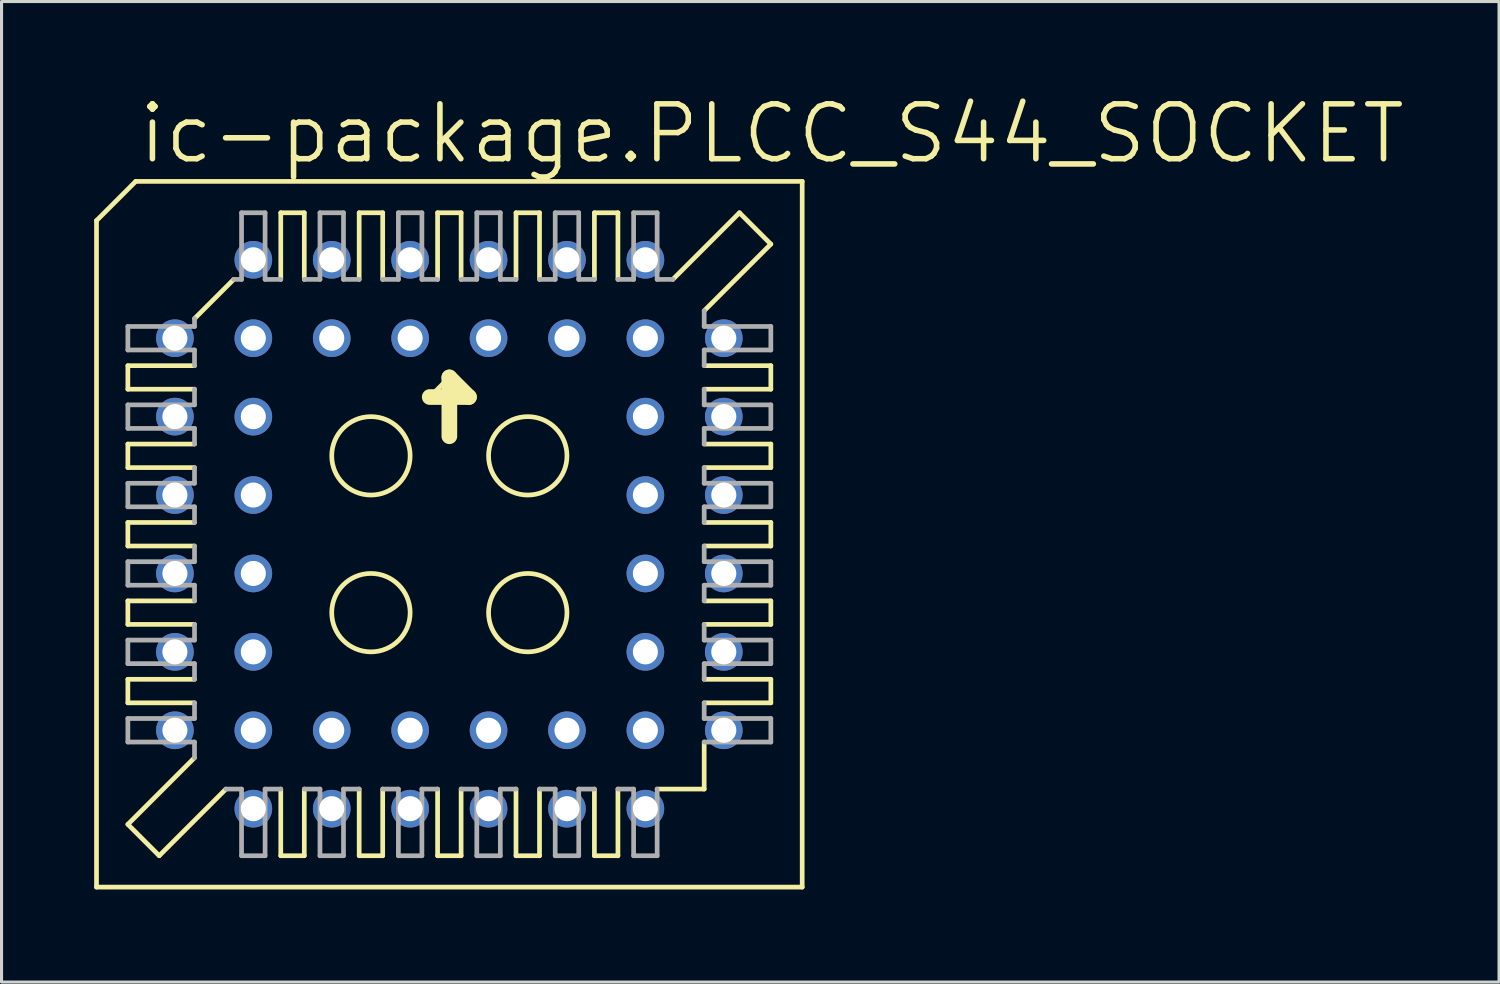
<source format=kicad_pcb>
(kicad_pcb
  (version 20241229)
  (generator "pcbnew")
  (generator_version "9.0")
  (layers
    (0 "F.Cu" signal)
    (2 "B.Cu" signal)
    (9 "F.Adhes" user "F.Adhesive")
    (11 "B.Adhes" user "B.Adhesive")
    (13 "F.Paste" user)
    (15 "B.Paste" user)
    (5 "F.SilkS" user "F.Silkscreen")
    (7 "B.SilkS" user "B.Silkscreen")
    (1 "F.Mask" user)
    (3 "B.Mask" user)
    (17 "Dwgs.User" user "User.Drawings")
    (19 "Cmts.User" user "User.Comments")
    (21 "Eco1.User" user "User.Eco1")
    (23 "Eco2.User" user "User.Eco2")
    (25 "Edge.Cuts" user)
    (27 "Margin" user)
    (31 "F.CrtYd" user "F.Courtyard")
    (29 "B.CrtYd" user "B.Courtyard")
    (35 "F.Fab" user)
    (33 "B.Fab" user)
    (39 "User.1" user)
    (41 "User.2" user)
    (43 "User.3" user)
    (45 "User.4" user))
  (footprint "ic-package.PLCC_S44_SOCKET"
    (layer "F.Cu")
    (at 11.506 14.256)
    (property "Reference" "ic-package.PLCC_S44_SOCKET" (at -10.16 -11.938 0) (layer "F.SilkS") (effects (font (size 1.778 1.778) (thickness 0.18)) (justify left bottom)))
    (attr through_hole)
    (fp_line (start -11.43 -10.16) (end -11.43 11.43) (stroke (width 0.152) (type default)) (layer "F.SilkS"))
    (fp_line (start -10.414 -5.461) (end -10.414 -4.699) (stroke (width 0.152) (type default)) (layer "F.SilkS"))
    (fp_line (start -10.414 -5.461) (end -8.255 -5.461) (stroke (width 0.152) (type default)) (layer "F.SilkS"))
    (fp_line (start -10.414 -2.921) (end -10.414 -2.159) (stroke (width 0.152) (type default)) (layer "F.SilkS"))
    (fp_line (start -10.414 -2.921) (end -8.255 -2.921) (stroke (width 0.152) (type default)) (layer "F.SilkS"))
    (fp_line (start -10.414 0.381) (end -10.414 -0.381) (stroke (width 0.152) (type default)) (layer "F.SilkS"))
    (fp_line (start -10.414 0.381) (end -8.255 0.381) (stroke (width 0.152) (type default)) (layer "F.SilkS"))
    (fp_line (start -10.414 2.921) (end -10.414 2.159) (stroke (width 0.152) (type default)) (layer "F.SilkS"))
    (fp_line (start -10.414 2.921) (end -8.255 2.921) (stroke (width 0.152) (type default)) (layer "F.SilkS"))
    (fp_line (start -10.414 5.461) (end -10.414 4.699) (stroke (width 0.152) (type default)) (layer "F.SilkS"))
    (fp_line (start -10.414 5.461) (end -8.255 5.461) (stroke (width 0.152) (type default)) (layer "F.SilkS"))
    (fp_line (start -10.414 9.398) (end -8.255 7.239) (stroke (width 0.152) (type default)) (layer "F.SilkS"))
    (fp_line (start -10.16 -11.43) (end -11.43 -10.16) (stroke (width 0.152) (type default)) (layer "F.SilkS"))
    (fp_line (start -9.398 10.414) (end -10.414 9.398) (stroke (width 0.152) (type default)) (layer "F.SilkS"))
    (fp_line (start -9.398 10.414) (end -7.239 8.255) (stroke (width 0.152) (type default)) (layer "F.SilkS"))
    (fp_line (start -8.255 -6.985) (end -6.985 -8.255) (stroke (width 0.152) (type default)) (layer "F.SilkS"))
    (fp_line (start -8.255 -4.699) (end -10.414 -4.699) (stroke (width 0.152) (type default)) (layer "F.SilkS"))
    (fp_line (start -8.255 -2.159) (end -10.414 -2.159) (stroke (width 0.152) (type default)) (layer "F.SilkS"))
    (fp_line (start -8.255 -0.381) (end -10.414 -0.381) (stroke (width 0.152) (type default)) (layer "F.SilkS"))
    (fp_line (start -8.255 2.159) (end -10.414 2.159) (stroke (width 0.152) (type default)) (layer "F.SilkS"))
    (fp_line (start -8.255 4.699) (end -10.414 4.699) (stroke (width 0.152) (type default)) (layer "F.SilkS"))
    (fp_line (start -5.461 -8.255) (end -5.461 -10.414) (stroke (width 0.152) (type default)) (layer "F.SilkS"))
    (fp_line (start -5.461 10.414) (end -5.461 8.255) (stroke (width 0.152) (type default)) (layer "F.SilkS"))
    (fp_line (start -5.461 10.414) (end -4.699 10.414) (stroke (width 0.152) (type default)) (layer "F.SilkS"))
    (fp_line (start -4.699 -10.414) (end -5.461 -10.414) (stroke (width 0.152) (type default)) (layer "F.SilkS"))
    (fp_line (start -4.699 -10.414) (end -4.699 -8.255) (stroke (width 0.152) (type default)) (layer "F.SilkS"))
    (fp_line (start -4.699 8.255) (end -4.699 10.414) (stroke (width 0.152) (type default)) (layer "F.SilkS"))
    (fp_line (start -2.921 -8.255) (end -2.921 -10.414) (stroke (width 0.152) (type default)) (layer "F.SilkS"))
    (fp_line (start -2.921 10.414) (end -2.921 8.255) (stroke (width 0.152) (type default)) (layer "F.SilkS"))
    (fp_line (start -2.921 10.414) (end -2.159 10.414) (stroke (width 0.152) (type default)) (layer "F.SilkS"))
    (fp_line (start -2.159 -10.414) (end -2.921 -10.414) (stroke (width 0.152) (type default)) (layer "F.SilkS"))
    (fp_line (start -2.159 -10.414) (end -2.159 -8.255) (stroke (width 0.152) (type default)) (layer "F.SilkS"))
    (fp_line (start -2.159 8.255) (end -2.159 10.414) (stroke (width 0.152) (type default)) (layer "F.SilkS"))
    (fp_line (start -0.635 -4.445) (end 0 -5.08) (stroke (width 0.152) (type default)) (layer "F.SilkS"))
    (fp_line (start -0.381 -8.255) (end -0.381 -10.414) (stroke (width 0.152) (type default)) (layer "F.SilkS"))
    (fp_line (start -0.381 10.414) (end -0.381 8.255) (stroke (width 0.152) (type default)) (layer "F.SilkS"))
    (fp_line (start -0.381 10.414) (end 0.381 10.414) (stroke (width 0.152) (type default)) (layer "F.SilkS"))
    (fp_line (start 0 -5.08) (end 0 -3.175) (stroke (width 0.508) (type default)) (layer "F.SilkS"))
    (fp_line (start 0 -5.08) (end 0.635 -4.445) (stroke (width 0.508) (type default)) (layer "F.SilkS"))
    (fp_line (start 0.381 -10.414) (end -0.381 -10.414) (stroke (width 0.152) (type default)) (layer "F.SilkS"))
    (fp_line (start 0.381 -10.414) (end 0.381 -8.255) (stroke (width 0.152) (type default)) (layer "F.SilkS"))
    (fp_line (start 0.381 8.255) (end 0.381 10.414) (stroke (width 0.152) (type default)) (layer "F.SilkS"))
    (fp_line (start 0.635 -4.445) (end -0.635 -4.445) (stroke (width 0.508) (type default)) (layer "F.SilkS"))
    (fp_line (start 2.159 -8.255) (end 2.159 -10.414) (stroke (width 0.152) (type default)) (layer "F.SilkS"))
    (fp_line (start 2.159 10.414) (end 2.159 8.255) (stroke (width 0.152) (type default)) (layer "F.SilkS"))
    (fp_line (start 2.159 10.414) (end 2.921 10.414) (stroke (width 0.152) (type default)) (layer "F.SilkS"))
    (fp_line (start 2.921 -10.414) (end 2.159 -10.414) (stroke (width 0.152) (type default)) (layer "F.SilkS"))
    (fp_line (start 2.921 -10.414) (end 2.921 -8.255) (stroke (width 0.152) (type default)) (layer "F.SilkS"))
    (fp_line (start 2.921 8.255) (end 2.921 10.414) (stroke (width 0.152) (type default)) (layer "F.SilkS"))
    (fp_line (start 4.699 -8.255) (end 4.699 -10.414) (stroke (width 0.152) (type default)) (layer "F.SilkS"))
    (fp_line (start 4.699 10.414) (end 4.699 8.255) (stroke (width 0.152) (type default)) (layer "F.SilkS"))
    (fp_line (start 4.699 10.414) (end 5.461 10.414) (stroke (width 0.152) (type default)) (layer "F.SilkS"))
    (fp_line (start 5.461 -10.414) (end 4.699 -10.414) (stroke (width 0.152) (type default)) (layer "F.SilkS"))
    (fp_line (start 5.461 -10.414) (end 5.461 -8.255) (stroke (width 0.152) (type default)) (layer "F.SilkS"))
    (fp_line (start 5.461 8.255) (end 5.461 10.414) (stroke (width 0.152) (type default)) (layer "F.SilkS"))
    (fp_line (start 6.731 8.255) (end 8.255 8.255) (stroke (width 0.152) (type default)) (layer "F.SilkS"))
    (fp_line (start 8.255 -4.699) (end 10.414 -4.699) (stroke (width 0.152) (type default)) (layer "F.SilkS"))
    (fp_line (start 8.255 -2.159) (end 10.414 -2.159) (stroke (width 0.152) (type default)) (layer "F.SilkS"))
    (fp_line (start 8.255 0.381) (end 10.414 0.381) (stroke (width 0.152) (type default)) (layer "F.SilkS"))
    (fp_line (start 8.255 2.159) (end 10.414 2.159) (stroke (width 0.152) (type default)) (layer "F.SilkS"))
    (fp_line (start 8.255 4.699) (end 10.414 4.699) (stroke (width 0.152) (type default)) (layer "F.SilkS"))
    (fp_line (start 8.255 8.255) (end 8.255 6.731) (stroke (width 0.152) (type default)) (layer "F.SilkS"))
    (fp_line (start 9.398 -10.414) (end 7.239 -8.255) (stroke (width 0.152) (type default)) (layer "F.SilkS"))
    (fp_line (start 10.414 -9.398) (end 8.255 -7.239) (stroke (width 0.152) (type default)) (layer "F.SilkS"))
    (fp_line (start 10.414 -9.398) (end 9.398 -10.414) (stroke (width 0.152) (type default)) (layer "F.SilkS"))
    (fp_line (start 10.414 -5.461) (end 8.255 -5.461) (stroke (width 0.152) (type default)) (layer "F.SilkS"))
    (fp_line (start 10.414 -5.461) (end 10.414 -4.699) (stroke (width 0.152) (type default)) (layer "F.SilkS"))
    (fp_line (start 10.414 -2.921) (end 8.255 -2.921) (stroke (width 0.152) (type default)) (layer "F.SilkS"))
    (fp_line (start 10.414 -2.921) (end 10.414 -2.159) (stroke (width 0.152) (type default)) (layer "F.SilkS"))
    (fp_line (start 10.414 -0.381) (end 8.255 -0.381) (stroke (width 0.152) (type default)) (layer "F.SilkS"))
    (fp_line (start 10.414 -0.381) (end 10.414 0.381) (stroke (width 0.152) (type default)) (layer "F.SilkS"))
    (fp_line (start 10.414 2.921) (end 8.255 2.921) (stroke (width 0.152) (type default)) (layer "F.SilkS"))
    (fp_line (start 10.414 2.921) (end 10.414 2.159) (stroke (width 0.152) (type default)) (layer "F.SilkS"))
    (fp_line (start 10.414 5.461) (end 8.255 5.461) (stroke (width 0.152) (type default)) (layer "F.SilkS"))
    (fp_line (start 10.414 5.461) (end 10.414 4.699) (stroke (width 0.152) (type default)) (layer "F.SilkS"))
    (fp_line (start 11.43 -11.43) (end -10.16 -11.43) (stroke (width 0.152) (type default)) (layer "F.SilkS"))
    (fp_line (start 11.43 11.43) (end -11.43 11.43) (stroke (width 0.152) (type default)) (layer "F.SilkS"))
    (fp_line (start 11.43 11.43) (end 11.43 -11.43) (stroke (width 0.152) (type default)) (layer "F.SilkS"))
    (fp_circle (center -2.54 -2.54) (end -1.27 -2.54) (stroke (width 0.152) (type default)) (fill no) (layer "F.SilkS"))
    (fp_circle (center -2.54 2.54) (end -1.27 2.54) (stroke (width 0.152) (type default)) (fill no) (layer "F.SilkS"))
    (fp_circle (center 2.54 -2.54) (end 3.81 -2.54) (stroke (width 0.152) (type default)) (fill no) (layer "F.SilkS"))
    (fp_circle (center 2.54 2.54) (end 3.81 2.54) (stroke (width 0.152) (type default)) (fill no) (layer "F.SilkS"))
    (fp_line (start -10.414 -6.731) (end -10.414 -5.969) (stroke (width 0.152) (type default)) (layer "F.Fab"))
    (fp_line (start -10.414 -6.731) (end -8.255 -6.731) (stroke (width 0.152) (type default)) (layer "F.Fab"))
    (fp_line (start -10.414 -4.191) (end -10.414 -3.429) (stroke (width 0.152) (type default)) (layer "F.Fab"))
    (fp_line (start -10.414 -4.191) (end -8.255 -4.191) (stroke (width 0.152) (type default)) (layer "F.Fab"))
    (fp_line (start -10.414 -0.889) (end -10.414 -1.651) (stroke (width 0.152) (type default)) (layer "F.Fab"))
    (fp_line (start -10.414 -0.889) (end -8.255 -0.889) (stroke (width 0.152) (type default)) (layer "F.Fab"))
    (fp_line (start -10.414 1.651) (end -10.414 0.889) (stroke (width 0.152) (type default)) (layer "F.Fab"))
    (fp_line (start -10.414 1.651) (end -8.255 1.651) (stroke (width 0.152) (type default)) (layer "F.Fab"))
    (fp_line (start -10.414 4.191) (end -10.414 3.429) (stroke (width 0.152) (type default)) (layer "F.Fab"))
    (fp_line (start -10.414 4.191) (end -8.255 4.191) (stroke (width 0.152) (type default)) (layer "F.Fab"))
    (fp_line (start -10.414 6.731) (end -10.414 5.969) (stroke (width 0.152) (type default)) (layer "F.Fab"))
    (fp_line (start -10.414 6.731) (end -8.255 6.731) (stroke (width 0.152) (type default)) (layer "F.Fab"))
    (fp_line (start -8.255 -6.731) (end -8.255 -6.985) (stroke (width 0.152) (type default)) (layer "F.Fab"))
    (fp_line (start -8.255 -5.969) (end -10.414 -5.969) (stroke (width 0.152) (type default)) (layer "F.Fab"))
    (fp_line (start -8.255 -5.969) (end -8.255 -5.461) (stroke (width 0.152) (type default)) (layer "F.Fab"))
    (fp_line (start -8.255 -4.699) (end -8.255 -4.191) (stroke (width 0.152) (type default)) (layer "F.Fab"))
    (fp_line (start -8.255 -3.429) (end -10.414 -3.429) (stroke (width 0.152) (type default)) (layer "F.Fab"))
    (fp_line (start -8.255 -3.429) (end -8.255 -2.921) (stroke (width 0.152) (type default)) (layer "F.Fab"))
    (fp_line (start -8.255 -2.159) (end -8.255 -1.651) (stroke (width 0.152) (type default)) (layer "F.Fab"))
    (fp_line (start -8.255 -1.651) (end -10.414 -1.651) (stroke (width 0.152) (type default)) (layer "F.Fab"))
    (fp_line (start -8.255 -0.381) (end -8.255 -0.889) (stroke (width 0.152) (type default)) (layer "F.Fab"))
    (fp_line (start -8.255 0.889) (end -10.414 0.889) (stroke (width 0.152) (type default)) (layer "F.Fab"))
    (fp_line (start -8.255 0.889) (end -8.255 0.381) (stroke (width 0.152) (type default)) (layer "F.Fab"))
    (fp_line (start -8.255 2.159) (end -8.255 1.651) (stroke (width 0.152) (type default)) (layer "F.Fab"))
    (fp_line (start -8.255 3.429) (end -10.414 3.429) (stroke (width 0.152) (type default)) (layer "F.Fab"))
    (fp_line (start -8.255 3.429) (end -8.255 2.921) (stroke (width 0.152) (type default)) (layer "F.Fab"))
    (fp_line (start -8.255 4.699) (end -8.255 4.191) (stroke (width 0.152) (type default)) (layer "F.Fab"))
    (fp_line (start -8.255 5.969) (end -10.414 5.969) (stroke (width 0.152) (type default)) (layer "F.Fab"))
    (fp_line (start -8.255 5.969) (end -8.255 5.461) (stroke (width 0.152) (type default)) (layer "F.Fab"))
    (fp_line (start -8.255 7.239) (end -8.255 6.731) (stroke (width 0.152) (type default)) (layer "F.Fab"))
    (fp_line (start -7.239 8.255) (end -6.731 8.255) (stroke (width 0.152) (type default)) (layer "F.Fab"))
    (fp_line (start -6.985 -8.255) (end -6.731 -8.255) (stroke (width 0.152) (type default)) (layer "F.Fab"))
    (fp_line (start -6.731 -8.255) (end -6.731 -10.414) (stroke (width 0.152) (type default)) (layer "F.Fab"))
    (fp_line (start -6.731 10.414) (end -6.731 8.255) (stroke (width 0.152) (type default)) (layer "F.Fab"))
    (fp_line (start -6.731 10.414) (end -5.969 10.414) (stroke (width 0.152) (type default)) (layer "F.Fab"))
    (fp_line (start -5.969 -10.414) (end -6.731 -10.414) (stroke (width 0.152) (type default)) (layer "F.Fab"))
    (fp_line (start -5.969 -10.414) (end -5.969 -8.255) (stroke (width 0.152) (type default)) (layer "F.Fab"))
    (fp_line (start -5.969 8.255) (end -5.969 10.414) (stroke (width 0.152) (type default)) (layer "F.Fab"))
    (fp_line (start -5.969 8.255) (end -5.461 8.255) (stroke (width 0.152) (type default)) (layer "F.Fab"))
    (fp_line (start -5.461 -8.255) (end -5.969 -8.255) (stroke (width 0.152) (type default)) (layer "F.Fab"))
    (fp_line (start -4.699 8.255) (end -4.191 8.255) (stroke (width 0.152) (type default)) (layer "F.Fab"))
    (fp_line (start -4.191 -8.255) (end -4.699 -8.255) (stroke (width 0.152) (type default)) (layer "F.Fab"))
    (fp_line (start -4.191 -8.255) (end -4.191 -10.414) (stroke (width 0.152) (type default)) (layer "F.Fab"))
    (fp_line (start -4.191 10.414) (end -4.191 8.255) (stroke (width 0.152) (type default)) (layer "F.Fab"))
    (fp_line (start -4.191 10.414) (end -3.429 10.414) (stroke (width 0.152) (type default)) (layer "F.Fab"))
    (fp_line (start -3.429 -10.414) (end -4.191 -10.414) (stroke (width 0.152) (type default)) (layer "F.Fab"))
    (fp_line (start -3.429 -10.414) (end -3.429 -8.255) (stroke (width 0.152) (type default)) (layer "F.Fab"))
    (fp_line (start -3.429 8.255) (end -3.429 10.414) (stroke (width 0.152) (type default)) (layer "F.Fab"))
    (fp_line (start -3.429 8.255) (end -2.921 8.255) (stroke (width 0.152) (type default)) (layer "F.Fab"))
    (fp_line (start -2.921 -8.255) (end -3.429 -8.255) (stroke (width 0.152) (type default)) (layer "F.Fab"))
    (fp_line (start -2.159 8.255) (end -1.651 8.255) (stroke (width 0.152) (type default)) (layer "F.Fab"))
    (fp_line (start -1.651 -8.255) (end -2.159 -8.255) (stroke (width 0.152) (type default)) (layer "F.Fab"))
    (fp_line (start -1.651 -8.255) (end -1.651 -10.414) (stroke (width 0.152) (type default)) (layer "F.Fab"))
    (fp_line (start -1.651 10.414) (end -1.651 8.255) (stroke (width 0.152) (type default)) (layer "F.Fab"))
    (fp_line (start -1.651 10.414) (end -0.889 10.414) (stroke (width 0.152) (type default)) (layer "F.Fab"))
    (fp_line (start -0.889 -10.414) (end -1.651 -10.414) (stroke (width 0.152) (type default)) (layer "F.Fab"))
    (fp_line (start -0.889 -10.414) (end -0.889 -8.255) (stroke (width 0.152) (type default)) (layer "F.Fab"))
    (fp_line (start -0.889 8.255) (end -0.889 10.414) (stroke (width 0.152) (type default)) (layer "F.Fab"))
    (fp_line (start -0.889 8.255) (end -0.381 8.255) (stroke (width 0.152) (type default)) (layer "F.Fab"))
    (fp_line (start -0.381 -8.255) (end -0.889 -8.255) (stroke (width 0.152) (type default)) (layer "F.Fab"))
    (fp_line (start 0.381 8.255) (end 0.889 8.255) (stroke (width 0.152) (type default)) (layer "F.Fab"))
    (fp_line (start 0.889 -8.255) (end 0.381 -8.255) (stroke (width 0.152) (type default)) (layer "F.Fab"))
    (fp_line (start 0.889 -8.255) (end 0.889 -10.414) (stroke (width 0.152) (type default)) (layer "F.Fab"))
    (fp_line (start 0.889 10.414) (end 0.889 8.255) (stroke (width 0.152) (type default)) (layer "F.Fab"))
    (fp_line (start 0.889 10.414) (end 1.651 10.414) (stroke (width 0.152) (type default)) (layer "F.Fab"))
    (fp_line (start 1.651 -10.414) (end 0.889 -10.414) (stroke (width 0.152) (type default)) (layer "F.Fab"))
    (fp_line (start 1.651 -10.414) (end 1.651 -8.255) (stroke (width 0.152) (type default)) (layer "F.Fab"))
    (fp_line (start 1.651 8.255) (end 1.651 10.414) (stroke (width 0.152) (type default)) (layer "F.Fab"))
    (fp_line (start 1.651 8.255) (end 2.159 8.255) (stroke (width 0.152) (type default)) (layer "F.Fab"))
    (fp_line (start 2.159 -8.255) (end 1.651 -8.255) (stroke (width 0.152) (type default)) (layer "F.Fab"))
    (fp_line (start 2.921 8.255) (end 3.429 8.255) (stroke (width 0.152) (type default)) (layer "F.Fab"))
    (fp_line (start 3.429 -8.255) (end 2.921 -8.255) (stroke (width 0.152) (type default)) (layer "F.Fab"))
    (fp_line (start 3.429 -8.255) (end 3.429 -10.414) (stroke (width 0.152) (type default)) (layer "F.Fab"))
    (fp_line (start 3.429 10.414) (end 3.429 8.255) (stroke (width 0.152) (type default)) (layer "F.Fab"))
    (fp_line (start 3.429 10.414) (end 4.191 10.414) (stroke (width 0.152) (type default)) (layer "F.Fab"))
    (fp_line (start 4.191 -10.414) (end 3.429 -10.414) (stroke (width 0.152) (type default)) (layer "F.Fab"))
    (fp_line (start 4.191 -10.414) (end 4.191 -8.255) (stroke (width 0.152) (type default)) (layer "F.Fab"))
    (fp_line (start 4.191 8.255) (end 4.191 10.414) (stroke (width 0.152) (type default)) (layer "F.Fab"))
    (fp_line (start 4.191 8.255) (end 4.699 8.255) (stroke (width 0.152) (type default)) (layer "F.Fab"))
    (fp_line (start 4.699 -8.255) (end 4.191 -8.255) (stroke (width 0.152) (type default)) (layer "F.Fab"))
    (fp_line (start 5.461 8.255) (end 5.969 8.255) (stroke (width 0.152) (type default)) (layer "F.Fab"))
    (fp_line (start 5.969 -8.255) (end 5.461 -8.255) (stroke (width 0.152) (type default)) (layer "F.Fab"))
    (fp_line (start 5.969 -8.255) (end 5.969 -10.414) (stroke (width 0.152) (type default)) (layer "F.Fab"))
    (fp_line (start 5.969 10.414) (end 5.969 8.255) (stroke (width 0.152) (type default)) (layer "F.Fab"))
    (fp_line (start 5.969 10.414) (end 6.731 10.414) (stroke (width 0.152) (type default)) (layer "F.Fab"))
    (fp_line (start 6.731 -10.414) (end 5.969 -10.414) (stroke (width 0.152) (type default)) (layer "F.Fab"))
    (fp_line (start 6.731 -10.414) (end 6.731 -8.255) (stroke (width 0.152) (type default)) (layer "F.Fab"))
    (fp_line (start 6.731 8.255) (end 6.731 10.414) (stroke (width 0.152) (type default)) (layer "F.Fab"))
    (fp_line (start 7.239 -8.255) (end 6.731 -8.255) (stroke (width 0.152) (type default)) (layer "F.Fab"))
    (fp_line (start 8.255 -7.239) (end 8.255 -6.731) (stroke (width 0.152) (type default)) (layer "F.Fab"))
    (fp_line (start 8.255 -5.969) (end 8.255 -5.461) (stroke (width 0.152) (type default)) (layer "F.Fab"))
    (fp_line (start 8.255 -5.969) (end 10.414 -5.969) (stroke (width 0.152) (type default)) (layer "F.Fab"))
    (fp_line (start 8.255 -4.699) (end 8.255 -4.191) (stroke (width 0.152) (type default)) (layer "F.Fab"))
    (fp_line (start 8.255 -3.429) (end 8.255 -2.921) (stroke (width 0.152) (type default)) (layer "F.Fab"))
    (fp_line (start 8.255 -3.429) (end 10.414 -3.429) (stroke (width 0.152) (type default)) (layer "F.Fab"))
    (fp_line (start 8.255 -2.159) (end 8.255 -1.651) (stroke (width 0.152) (type default)) (layer "F.Fab"))
    (fp_line (start 8.255 -0.889) (end 8.255 -0.381) (stroke (width 0.152) (type default)) (layer "F.Fab"))
    (fp_line (start 8.255 -0.889) (end 10.414 -0.889) (stroke (width 0.152) (type default)) (layer "F.Fab"))
    (fp_line (start 8.255 0.381) (end 8.255 0.889) (stroke (width 0.152) (type default)) (layer "F.Fab"))
    (fp_line (start 8.255 1.651) (end 8.255 2.159) (stroke (width 0.152) (type default)) (layer "F.Fab"))
    (fp_line (start 8.255 1.651) (end 10.414 1.651) (stroke (width 0.152) (type default)) (layer "F.Fab"))
    (fp_line (start 8.255 3.429) (end 8.255 2.921) (stroke (width 0.152) (type default)) (layer "F.Fab"))
    (fp_line (start 8.255 3.429) (end 10.414 3.429) (stroke (width 0.152) (type default)) (layer "F.Fab"))
    (fp_line (start 8.255 4.699) (end 8.255 4.191) (stroke (width 0.152) (type default)) (layer "F.Fab"))
    (fp_line (start 8.255 5.969) (end 8.255 5.461) (stroke (width 0.152) (type default)) (layer "F.Fab"))
    (fp_line (start 8.255 5.969) (end 10.414 5.969) (stroke (width 0.152) (type default)) (layer "F.Fab"))
    (fp_line (start 10.414 -6.731) (end 8.255 -6.731) (stroke (width 0.152) (type default)) (layer "F.Fab"))
    (fp_line (start 10.414 -6.731) (end 10.414 -5.969) (stroke (width 0.152) (type default)) (layer "F.Fab"))
    (fp_line (start 10.414 -4.191) (end 8.255 -4.191) (stroke (width 0.152) (type default)) (layer "F.Fab"))
    (fp_line (start 10.414 -4.191) (end 10.414 -3.429) (stroke (width 0.152) (type default)) (layer "F.Fab"))
    (fp_line (start 10.414 -1.651) (end 8.255 -1.651) (stroke (width 0.152) (type default)) (layer "F.Fab"))
    (fp_line (start 10.414 -1.651) (end 10.414 -0.889) (stroke (width 0.152) (type default)) (layer "F.Fab"))
    (fp_line (start 10.414 0.889) (end 8.255 0.889) (stroke (width 0.152) (type default)) (layer "F.Fab"))
    (fp_line (start 10.414 0.889) (end 10.414 1.651) (stroke (width 0.152) (type default)) (layer "F.Fab"))
    (fp_line (start 10.414 4.191) (end 8.255 4.191) (stroke (width 0.152) (type default)) (layer "F.Fab"))
    (fp_line (start 10.414 4.191) (end 10.414 3.429) (stroke (width 0.152) (type default)) (layer "F.Fab"))
    (fp_line (start 10.414 6.731) (end 8.255 6.731) (stroke (width 0.152) (type default)) (layer "F.Fab"))
    (fp_line (start 10.414 6.731) (end 10.414 5.969) (stroke (width 0.152) (type default)) (layer "F.Fab"))
    (pad "1" thru_hole circle (at 1.27 -6.35) (size 1.219 1.219) (drill 0.813) (layers "*.Cu" "*.Mask"))
    (pad "2" thru_hole circle (at -1.27 -8.89) (size 1.219 1.219) (drill 0.813) (layers "*.Cu" "*.Mask"))
    (pad "3" thru_hole circle (at -1.27 -6.35) (size 1.219 1.219) (drill 0.813) (layers "*.Cu" "*.Mask"))
    (pad "4" thru_hole circle (at -3.81 -8.89) (size 1.219 1.219) (drill 0.813) (layers "*.Cu" "*.Mask"))
    (pad "5" thru_hole circle (at -3.81 -6.35) (size 1.219 1.219) (drill 0.813) (layers "*.Cu" "*.Mask"))
    (pad "6" thru_hole circle (at -6.35 -8.89) (size 1.219 1.219) (drill 0.813) (layers "*.Cu" "*.Mask"))
    (pad "7" thru_hole circle (at -8.89 -6.35) (size 1.219 1.219) (drill 0.813) (layers "*.Cu" "*.Mask"))
    (pad "8" thru_hole circle (at -6.35 -6.35) (size 1.219 1.219) (drill 0.813) (layers "*.Cu" "*.Mask"))
    (pad "9" thru_hole circle (at -8.89 -3.81) (size 1.219 1.219) (drill 0.813) (layers "*.Cu" "*.Mask"))
    (pad "10" thru_hole circle (at -6.35 -3.81) (size 1.219 1.219) (drill 0.813) (layers "*.Cu" "*.Mask"))
    (pad "11" thru_hole circle (at -8.89 -1.27) (size 1.219 1.219) (drill 0.813) (layers "*.Cu" "*.Mask"))
    (pad "12" thru_hole circle (at -6.35 -1.27) (size 1.219 1.219) (drill 0.813) (layers "*.Cu" "*.Mask"))
    (pad "13" thru_hole circle (at -8.89 1.27) (size 1.219 1.219) (drill 0.813) (layers "*.Cu" "*.Mask"))
    (pad "14" thru_hole circle (at -6.35 1.27) (size 1.219 1.219) (drill 0.813) (layers "*.Cu" "*.Mask"))
    (pad "15" thru_hole circle (at -8.89 3.81) (size 1.219 1.219) (drill 0.813) (layers "*.Cu" "*.Mask"))
    (pad "16" thru_hole circle (at -6.35 3.81) (size 1.219 1.219) (drill 0.813) (layers "*.Cu" "*.Mask"))
    (pad "17" thru_hole circle (at -8.89 6.35) (size 1.219 1.219) (drill 0.813) (layers "*.Cu" "*.Mask"))
    (pad "18" thru_hole circle (at -6.35 8.89) (size 1.219 1.219) (drill 0.813) (layers "*.Cu" "*.Mask"))
    (pad "19" thru_hole circle (at -6.35 6.35) (size 1.219 1.219) (drill 0.813) (layers "*.Cu" "*.Mask"))
    (pad "20" thru_hole circle (at -3.81 8.89) (size 1.219 1.219) (drill 0.813) (layers "*.Cu" "*.Mask"))
    (pad "21" thru_hole circle (at -3.81 6.35) (size 1.219 1.219) (drill 0.813) (layers "*.Cu" "*.Mask"))
    (pad "22" thru_hole circle (at -1.27 8.89) (size 1.219 1.219) (drill 0.813) (layers "*.Cu" "*.Mask"))
    (pad "23" thru_hole circle (at -1.27 6.35) (size 1.219 1.219) (drill 0.813) (layers "*.Cu" "*.Mask"))
    (pad "24" thru_hole circle (at 1.27 8.89) (size 1.219 1.219) (drill 0.813) (layers "*.Cu" "*.Mask"))
    (pad "25" thru_hole circle (at 1.27 6.35) (size 1.219 1.219) (drill 0.813) (layers "*.Cu" "*.Mask"))
    (pad "26" thru_hole circle (at 3.81 8.89) (size 1.219 1.219) (drill 0.813) (layers "*.Cu" "*.Mask"))
    (pad "27" thru_hole circle (at 3.81 6.35) (size 1.219 1.219) (drill 0.813) (layers "*.Cu" "*.Mask"))
    (pad "28" thru_hole circle (at 6.35 8.89) (size 1.219 1.219) (drill 0.813) (layers "*.Cu" "*.Mask"))
    (pad "29" thru_hole circle (at 8.89 6.35) (size 1.219 1.219) (drill 0.813) (layers "*.Cu" "*.Mask"))
    (pad "30" thru_hole circle (at 6.35 6.35) (size 1.219 1.219) (drill 0.813) (layers "*.Cu" "*.Mask"))
    (pad "31" thru_hole circle (at 8.89 3.81) (size 1.219 1.219) (drill 0.813) (layers "*.Cu" "*.Mask"))
    (pad "32" thru_hole circle (at 6.35 3.81) (size 1.219 1.219) (drill 0.813) (layers "*.Cu" "*.Mask"))
    (pad "33" thru_hole circle (at 8.89 1.27) (size 1.219 1.219) (drill 0.813) (layers "*.Cu" "*.Mask"))
    (pad "34" thru_hole circle (at 6.35 1.27) (size 1.219 1.219) (drill 0.813) (layers "*.Cu" "*.Mask"))
    (pad "35" thru_hole circle (at 8.89 -1.27) (size 1.219 1.219) (drill 0.813) (layers "*.Cu" "*.Mask"))
    (pad "36" thru_hole circle (at 6.35 -1.27) (size 1.219 1.219) (drill 0.813) (layers "*.Cu" "*.Mask"))
    (pad "37" thru_hole circle (at 8.89 -3.81) (size 1.219 1.219) (drill 0.813) (layers "*.Cu" "*.Mask"))
    (pad "38" thru_hole circle (at 6.35 -3.81) (size 1.219 1.219) (drill 0.813) (layers "*.Cu" "*.Mask"))
    (pad "39" thru_hole circle (at 8.89 -6.35) (size 1.219 1.219) (drill 0.813) (layers "*.Cu" "*.Mask"))
    (pad "40" thru_hole circle (at 6.35 -8.89) (size 1.219 1.219) (drill 0.813) (layers "*.Cu" "*.Mask"))
    (pad "41" thru_hole circle (at 6.35 -6.35) (size 1.219 1.219) (drill 0.813) (layers "*.Cu" "*.Mask"))
    (pad "42" thru_hole circle (at 3.81 -8.89) (size 1.219 1.219) (drill 0.813) (layers "*.Cu" "*.Mask"))
    (pad "43" thru_hole circle (at 3.81 -6.35) (size 1.219 1.219) (drill 0.813) (layers "*.Cu" "*.Mask"))
    (pad "44" thru_hole circle (at 1.27 -8.89) (size 1.219 1.219) (drill 0.813) (layers "*.Cu" "*.Mask")))
  (gr_rect
    (start -3 -3)
    (end 45.509 28.762)
    (stroke (width 0.1) (type default))
    (fill no)
    (layer "Edge.Cuts")))
</source>
